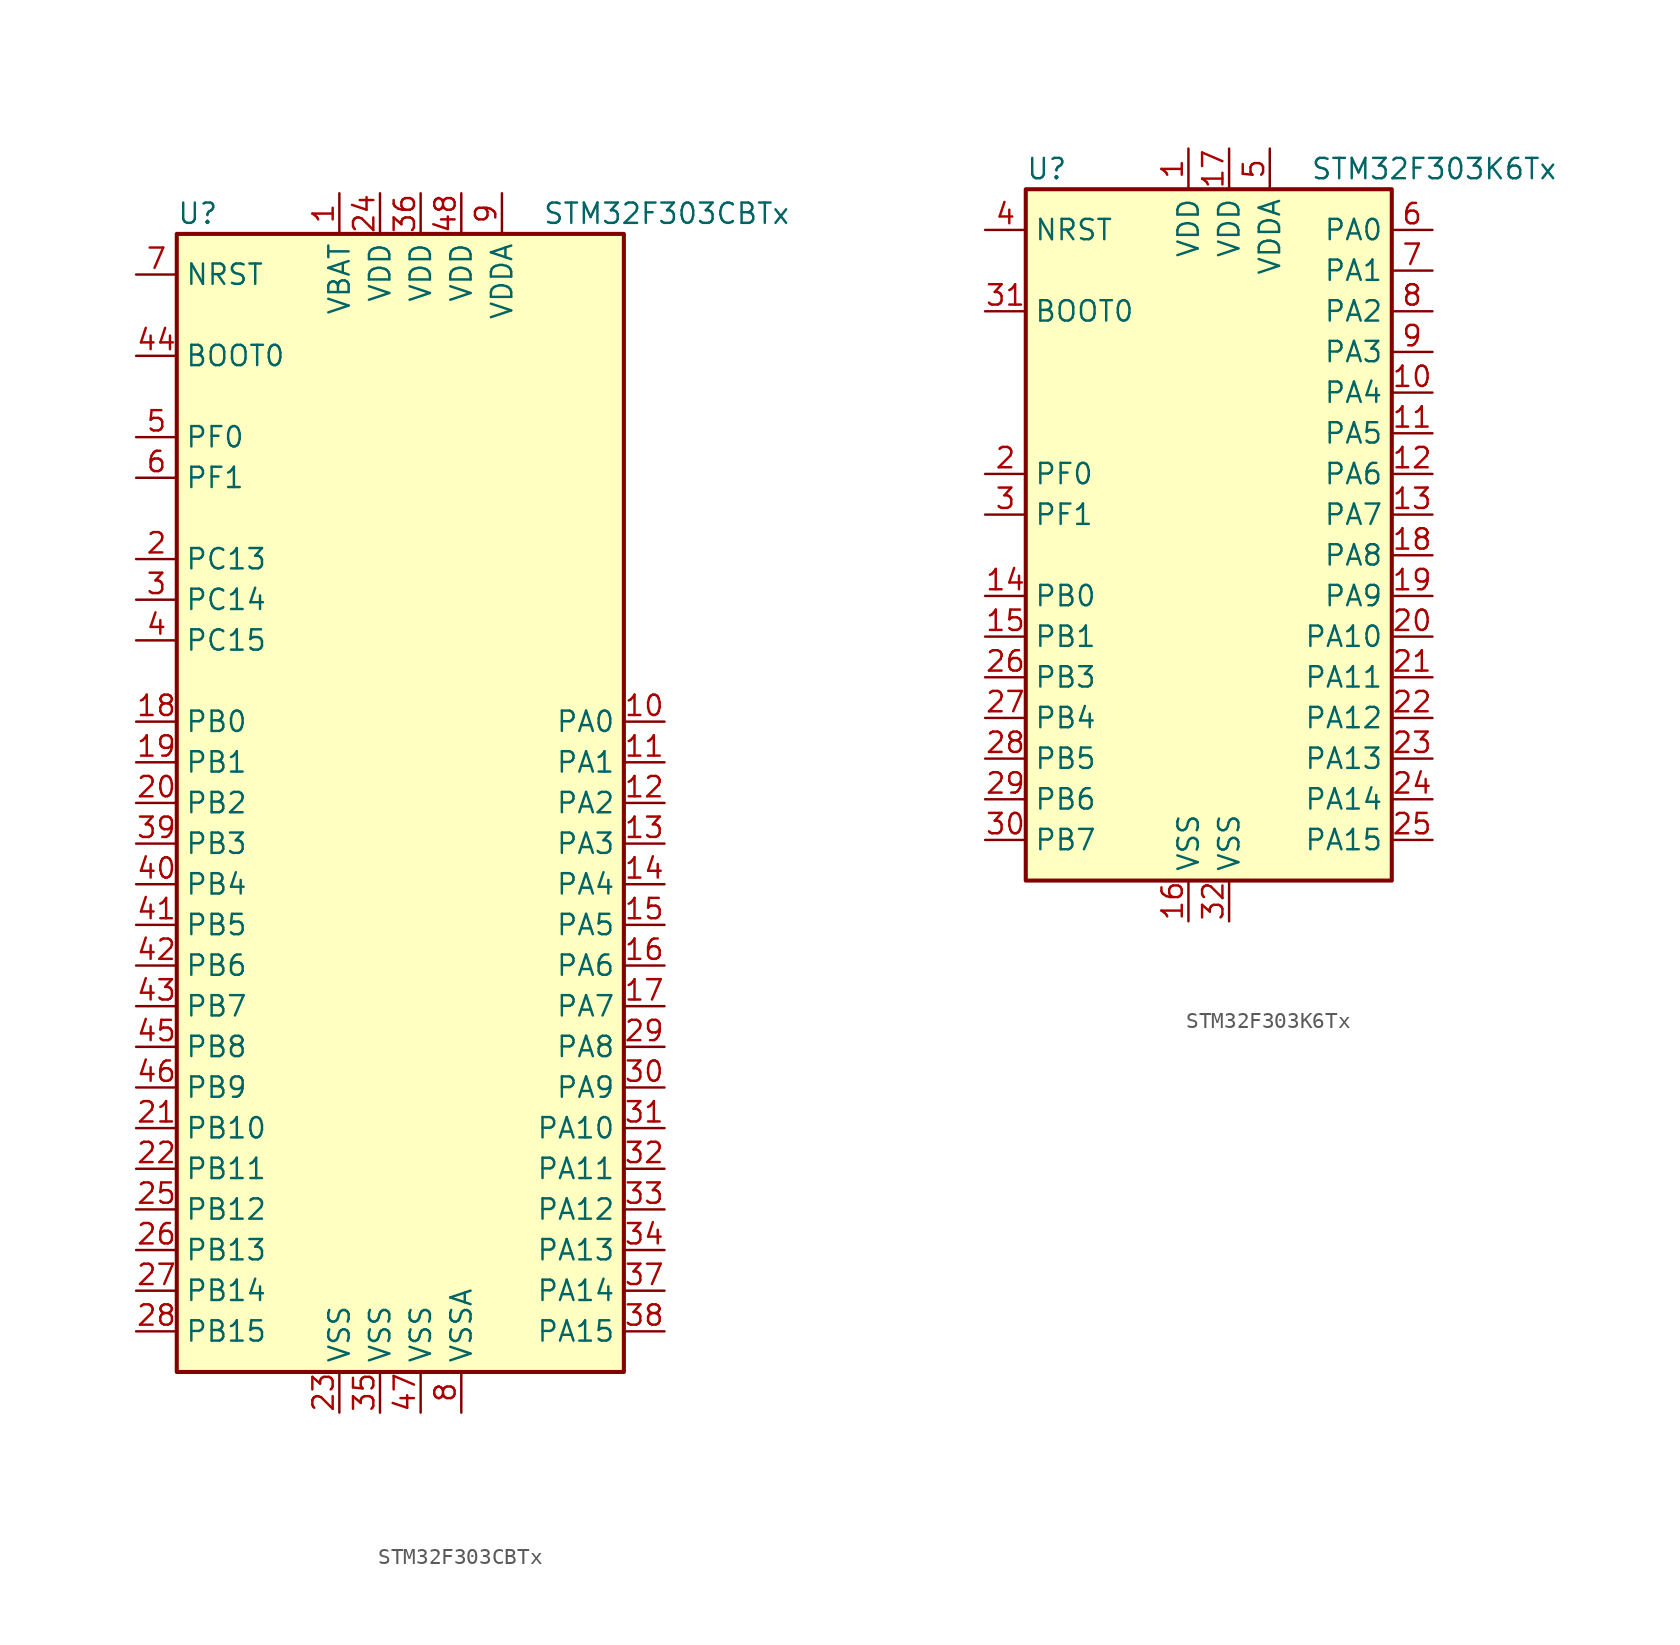
<source format=kicad_sym>
(kicad_symbol_lib
  (version 20201005)
  (generator kicad_symbol_editor)
  (symbol "MCU_ST_STM32F3:STM32F303CBTx"
    (property "Reference" "U"
      (at -15.24 36.83 0)
      (effects (font (size 1.27 1.27)) (justify left)))
    (property "Value" "STM32F303CBTx"
      (at 7.62 36.83 0)
      (effects (font (size 1.27 1.27)) (justify left)))
    (symbol "STM32F303CBTx_0_1"
      (rectangle (start -15.24 -35.56) (end 12.7 35.56) (stroke (width 0.254)) (fill (type background))))
    (symbol "STM32F303CBTx_1_1"
      (pin input line (at -17.78 27.94 0) (length 2.54) (name "BOOT0" (effects (font (size 1.27 1.27)))) (number "44" (effects (font (size 1.27 1.27)))))
      (pin input line (at -17.78 33.02 0) (length 2.54) (name "NRST" (effects (font (size 1.27 1.27)))) (number "7" (effects (font (size 1.27 1.27)))))
      (pin bidirectional line (at 15.24 5.08 180) (length 2.54) (name "PA0" (effects (font (size 1.27 1.27)))) (number "10" (effects (font (size 1.27 1.27)))))
      (pin bidirectional line (at 15.24 2.54 180) (length 2.54) (name "PA1" (effects (font (size 1.27 1.27)))) (number "11" (effects (font (size 1.27 1.27)))))
      (pin bidirectional line (at 15.24 -20.32 180) (length 2.54) (name "PA10" (effects (font (size 1.27 1.27)))) (number "31" (effects (font (size 1.27 1.27)))))
      (pin bidirectional line (at 15.24 -22.86 180) (length 2.54) (name "PA11" (effects (font (size 1.27 1.27)))) (number "32" (effects (font (size 1.27 1.27)))))
      (pin bidirectional line (at 15.24 -25.4 180) (length 2.54) (name "PA12" (effects (font (size 1.27 1.27)))) (number "33" (effects (font (size 1.27 1.27)))))
      (pin bidirectional line (at 15.24 -27.94 180) (length 2.54) (name "PA13" (effects (font (size 1.27 1.27)))) (number "34" (effects (font (size 1.27 1.27)))))
      (pin bidirectional line (at 15.24 -30.48 180) (length 2.54) (name "PA14" (effects (font (size 1.27 1.27)))) (number "37" (effects (font (size 1.27 1.27)))))
      (pin bidirectional line (at 15.24 -33.02 180) (length 2.54) (name "PA15" (effects (font (size 1.27 1.27)))) (number "38" (effects (font (size 1.27 1.27)))))
      (pin bidirectional line (at 15.24 0 180) (length 2.54) (name "PA2" (effects (font (size 1.27 1.27)))) (number "12" (effects (font (size 1.27 1.27)))))
      (pin bidirectional line (at 15.24 -2.54 180) (length 2.54) (name "PA3" (effects (font (size 1.27 1.27)))) (number "13" (effects (font (size 1.27 1.27)))))
      (pin bidirectional line (at 15.24 -5.08 180) (length 2.54) (name "PA4" (effects (font (size 1.27 1.27)))) (number "14" (effects (font (size 1.27 1.27)))))
      (pin bidirectional line (at 15.24 -7.62 180) (length 2.54) (name "PA5" (effects (font (size 1.27 1.27)))) (number "15" (effects (font (size 1.27 1.27)))))
      (pin bidirectional line (at 15.24 -10.16 180) (length 2.54) (name "PA6" (effects (font (size 1.27 1.27)))) (number "16" (effects (font (size 1.27 1.27)))))
      (pin bidirectional line (at 15.24 -12.7 180) (length 2.54) (name "PA7" (effects (font (size 1.27 1.27)))) (number "17" (effects (font (size 1.27 1.27)))))
      (pin bidirectional line (at 15.24 -15.24 180) (length 2.54) (name "PA8" (effects (font (size 1.27 1.27)))) (number "29" (effects (font (size 1.27 1.27)))))
      (pin bidirectional line (at 15.24 -17.78 180) (length 2.54) (name "PA9" (effects (font (size 1.27 1.27)))) (number "30" (effects (font (size 1.27 1.27)))))
      (pin bidirectional line (at -17.78 5.08 0) (length 2.54) (name "PB0" (effects (font (size 1.27 1.27)))) (number "18" (effects (font (size 1.27 1.27)))))
      (pin bidirectional line (at -17.78 2.54 0) (length 2.54) (name "PB1" (effects (font (size 1.27 1.27)))) (number "19" (effects (font (size 1.27 1.27)))))
      (pin bidirectional line (at -17.78 -20.32 0) (length 2.54) (name "PB10" (effects (font (size 1.27 1.27)))) (number "21" (effects (font (size 1.27 1.27)))))
      (pin bidirectional line (at -17.78 -22.86 0) (length 2.54) (name "PB11" (effects (font (size 1.27 1.27)))) (number "22" (effects (font (size 1.27 1.27)))))
      (pin bidirectional line (at -17.78 -25.4 0) (length 2.54) (name "PB12" (effects (font (size 1.27 1.27)))) (number "25" (effects (font (size 1.27 1.27)))))
      (pin bidirectional line (at -17.78 -27.94 0) (length 2.54) (name "PB13" (effects (font (size 1.27 1.27)))) (number "26" (effects (font (size 1.27 1.27)))))
      (pin bidirectional line (at -17.78 -30.48 0) (length 2.54) (name "PB14" (effects (font (size 1.27 1.27)))) (number "27" (effects (font (size 1.27 1.27)))))
      (pin bidirectional line (at -17.78 -33.02 0) (length 2.54) (name "PB15" (effects (font (size 1.27 1.27)))) (number "28" (effects (font (size 1.27 1.27)))))
      (pin bidirectional line (at -17.78 0 0) (length 2.54) (name "PB2" (effects (font (size 1.27 1.27)))) (number "20" (effects (font (size 1.27 1.27)))))
      (pin bidirectional line (at -17.78 -2.54 0) (length 2.54) (name "PB3" (effects (font (size 1.27 1.27)))) (number "39" (effects (font (size 1.27 1.27)))))
      (pin bidirectional line (at -17.78 -5.08 0) (length 2.54) (name "PB4" (effects (font (size 1.27 1.27)))) (number "40" (effects (font (size 1.27 1.27)))))
      (pin bidirectional line (at -17.78 -7.62 0) (length 2.54) (name "PB5" (effects (font (size 1.27 1.27)))) (number "41" (effects (font (size 1.27 1.27)))))
      (pin bidirectional line (at -17.78 -10.16 0) (length 2.54) (name "PB6" (effects (font (size 1.27 1.27)))) (number "42" (effects (font (size 1.27 1.27)))))
      (pin bidirectional line (at -17.78 -12.7 0) (length 2.54) (name "PB7" (effects (font (size 1.27 1.27)))) (number "43" (effects (font (size 1.27 1.27)))))
      (pin bidirectional line (at -17.78 -15.24 0) (length 2.54) (name "PB8" (effects (font (size 1.27 1.27)))) (number "45" (effects (font (size 1.27 1.27)))))
      (pin bidirectional line (at -17.78 -17.78 0) (length 2.54) (name "PB9" (effects (font (size 1.27 1.27)))) (number "46" (effects (font (size 1.27 1.27)))))
      (pin bidirectional line (at -17.78 15.24 0) (length 2.54) (name "PC13" (effects (font (size 1.27 1.27)))) (number "2" (effects (font (size 1.27 1.27)))))
      (pin bidirectional line (at -17.78 12.7 0) (length 2.54) (name "PC14" (effects (font (size 1.27 1.27)))) (number "3" (effects (font (size 1.27 1.27)))))
      (pin bidirectional line (at -17.78 10.16 0) (length 2.54) (name "PC15" (effects (font (size 1.27 1.27)))) (number "4" (effects (font (size 1.27 1.27)))))
      (pin input line (at -17.78 22.86 0) (length 2.54) (name "PF0" (effects (font (size 1.27 1.27)))) (number "5" (effects (font (size 1.27 1.27)))))
      (pin input line (at -17.78 20.32 0) (length 2.54) (name "PF1" (effects (font (size 1.27 1.27)))) (number "6" (effects (font (size 1.27 1.27)))))
      (pin power_in line (at -5.08 38.1 270) (length 2.54) (name "VBAT" (effects (font (size 1.27 1.27)))) (number "1" (effects (font (size 1.27 1.27)))))
      (pin power_in line (at -2.54 38.1 270) (length 2.54) (name "VDD" (effects (font (size 1.27 1.27)))) (number "24" (effects (font (size 1.27 1.27)))))
      (pin power_in line (at 0 38.1 270) (length 2.54) (name "VDD" (effects (font (size 1.27 1.27)))) (number "36" (effects (font (size 1.27 1.27)))))
      (pin power_in line (at 2.54 38.1 270) (length 2.54) (name "VDD" (effects (font (size 1.27 1.27)))) (number "48" (effects (font (size 1.27 1.27)))))
      (pin power_in line (at 5.08 38.1 270) (length 2.54) (name "VDDA" (effects (font (size 1.27 1.27)))) (number "9" (effects (font (size 1.27 1.27)))))
      (pin power_in line (at -5.08 -38.1 90) (length 2.54) (name "VSS" (effects (font (size 1.27 1.27)))) (number "23" (effects (font (size 1.27 1.27)))))
      (pin power_in line (at -2.54 -38.1 90) (length 2.54) (name "VSS" (effects (font (size 1.27 1.27)))) (number "35" (effects (font (size 1.27 1.27)))))
      (pin power_in line (at 0 -38.1 90) (length 2.54) (name "VSS" (effects (font (size 1.27 1.27)))) (number "47" (effects (font (size 1.27 1.27)))))
      (pin power_in line (at 2.54 -38.1 90) (length 2.54) (name "VSSA" (effects (font (size 1.27 1.27)))) (number "8" (effects (font (size 1.27 1.27)))))))
  (symbol "MCU_ST_STM32F3:STM32F303K6Tx"
    (property "Reference" "U"
      (at -12.7 21.59 0)
      (effects (font (size 1.27 1.27)) (justify left)))
    (property "Value" "STM32F303K6Tx"
      (at 5.08 21.59 0)
      (effects (font (size 1.27 1.27)) (justify left)))
    (symbol "STM32F303K6Tx_0_1"
      (rectangle (start -12.7 -22.86) (end 10.16 20.32) (stroke (width 0.254)) (fill (type background))))
    (symbol "STM32F303K6Tx_1_1"
      (pin input line (at -15.24 12.7 0) (length 2.54) (name "BOOT0" (effects (font (size 1.27 1.27)))) (number "31" (effects (font (size 1.27 1.27)))))
      (pin input line (at -15.24 17.78 0) (length 2.54) (name "NRST" (effects (font (size 1.27 1.27)))) (number "4" (effects (font (size 1.27 1.27)))))
      (pin bidirectional line (at 12.7 17.78 180) (length 2.54) (name "PA0" (effects (font (size 1.27 1.27)))) (number "6" (effects (font (size 1.27 1.27)))))
      (pin bidirectional line (at 12.7 15.24 180) (length 2.54) (name "PA1" (effects (font (size 1.27 1.27)))) (number "7" (effects (font (size 1.27 1.27)))))
      (pin bidirectional line (at 12.7 -7.62 180) (length 2.54) (name "PA10" (effects (font (size 1.27 1.27)))) (number "20" (effects (font (size 1.27 1.27)))))
      (pin bidirectional line (at 12.7 -10.16 180) (length 2.54) (name "PA11" (effects (font (size 1.27 1.27)))) (number "21" (effects (font (size 1.27 1.27)))))
      (pin bidirectional line (at 12.7 -12.7 180) (length 2.54) (name "PA12" (effects (font (size 1.27 1.27)))) (number "22" (effects (font (size 1.27 1.27)))))
      (pin bidirectional line (at 12.7 -15.24 180) (length 2.54) (name "PA13" (effects (font (size 1.27 1.27)))) (number "23" (effects (font (size 1.27 1.27)))))
      (pin bidirectional line (at 12.7 -17.78 180) (length 2.54) (name "PA14" (effects (font (size 1.27 1.27)))) (number "24" (effects (font (size 1.27 1.27)))))
      (pin bidirectional line (at 12.7 -20.32 180) (length 2.54) (name "PA15" (effects (font (size 1.27 1.27)))) (number "25" (effects (font (size 1.27 1.27)))))
      (pin bidirectional line (at 12.7 12.7 180) (length 2.54) (name "PA2" (effects (font (size 1.27 1.27)))) (number "8" (effects (font (size 1.27 1.27)))))
      (pin bidirectional line (at 12.7 10.16 180) (length 2.54) (name "PA3" (effects (font (size 1.27 1.27)))) (number "9" (effects (font (size 1.27 1.27)))))
      (pin bidirectional line (at 12.7 7.62 180) (length 2.54) (name "PA4" (effects (font (size 1.27 1.27)))) (number "10" (effects (font (size 1.27 1.27)))))
      (pin bidirectional line (at 12.7 5.08 180) (length 2.54) (name "PA5" (effects (font (size 1.27 1.27)))) (number "11" (effects (font (size 1.27 1.27)))))
      (pin bidirectional line (at 12.7 2.54 180) (length 2.54) (name "PA6" (effects (font (size 1.27 1.27)))) (number "12" (effects (font (size 1.27 1.27)))))
      (pin bidirectional line (at 12.7 0 180) (length 2.54) (name "PA7" (effects (font (size 1.27 1.27)))) (number "13" (effects (font (size 1.27 1.27)))))
      (pin bidirectional line (at 12.7 -2.54 180) (length 2.54) (name "PA8" (effects (font (size 1.27 1.27)))) (number "18" (effects (font (size 1.27 1.27)))))
      (pin bidirectional line (at 12.7 -5.08 180) (length 2.54) (name "PA9" (effects (font (size 1.27 1.27)))) (number "19" (effects (font (size 1.27 1.27)))))
      (pin bidirectional line (at -15.24 -5.08 0) (length 2.54) (name "PB0" (effects (font (size 1.27 1.27)))) (number "14" (effects (font (size 1.27 1.27)))))
      (pin bidirectional line (at -15.24 -7.62 0) (length 2.54) (name "PB1" (effects (font (size 1.27 1.27)))) (number "15" (effects (font (size 1.27 1.27)))))
      (pin bidirectional line (at -15.24 -10.16 0) (length 2.54) (name "PB3" (effects (font (size 1.27 1.27)))) (number "26" (effects (font (size 1.27 1.27)))))
      (pin bidirectional line (at -15.24 -12.7 0) (length 2.54) (name "PB4" (effects (font (size 1.27 1.27)))) (number "27" (effects (font (size 1.27 1.27)))))
      (pin bidirectional line (at -15.24 -15.24 0) (length 2.54) (name "PB5" (effects (font (size 1.27 1.27)))) (number "28" (effects (font (size 1.27 1.27)))))
      (pin bidirectional line (at -15.24 -17.78 0) (length 2.54) (name "PB6" (effects (font (size 1.27 1.27)))) (number "29" (effects (font (size 1.27 1.27)))))
      (pin bidirectional line (at -15.24 -20.32 0) (length 2.54) (name "PB7" (effects (font (size 1.27 1.27)))) (number "30" (effects (font (size 1.27 1.27)))))
      (pin input line (at -15.24 2.54 0) (length 2.54) (name "PF0" (effects (font (size 1.27 1.27)))) (number "2" (effects (font (size 1.27 1.27)))))
      (pin input line (at -15.24 0 0) (length 2.54) (name "PF1" (effects (font (size 1.27 1.27)))) (number "3" (effects (font (size 1.27 1.27)))))
      (pin power_in line (at -2.54 22.86 270) (length 2.54) (name "VDD" (effects (font (size 1.27 1.27)))) (number "1" (effects (font (size 1.27 1.27)))))
      (pin power_in line (at 0 22.86 270) (length 2.54) (name "VDD" (effects (font (size 1.27 1.27)))) (number "17" (effects (font (size 1.27 1.27)))))
      (pin power_in line (at 2.54 22.86 270) (length 2.54) (name "VDDA" (effects (font (size 1.27 1.27)))) (number "5" (effects (font (size 1.27 1.27)))))
      (pin power_in line (at -2.54 -25.4 90) (length 2.54) (name "VSS" (effects (font (size 1.27 1.27)))) (number "16" (effects (font (size 1.27 1.27)))))
      (pin power_in line (at 0 -25.4 90) (length 2.54) (name "VSS" (effects (font (size 1.27 1.27)))) (number "32" (effects (font (size 1.27 1.27))))))))
</source>
